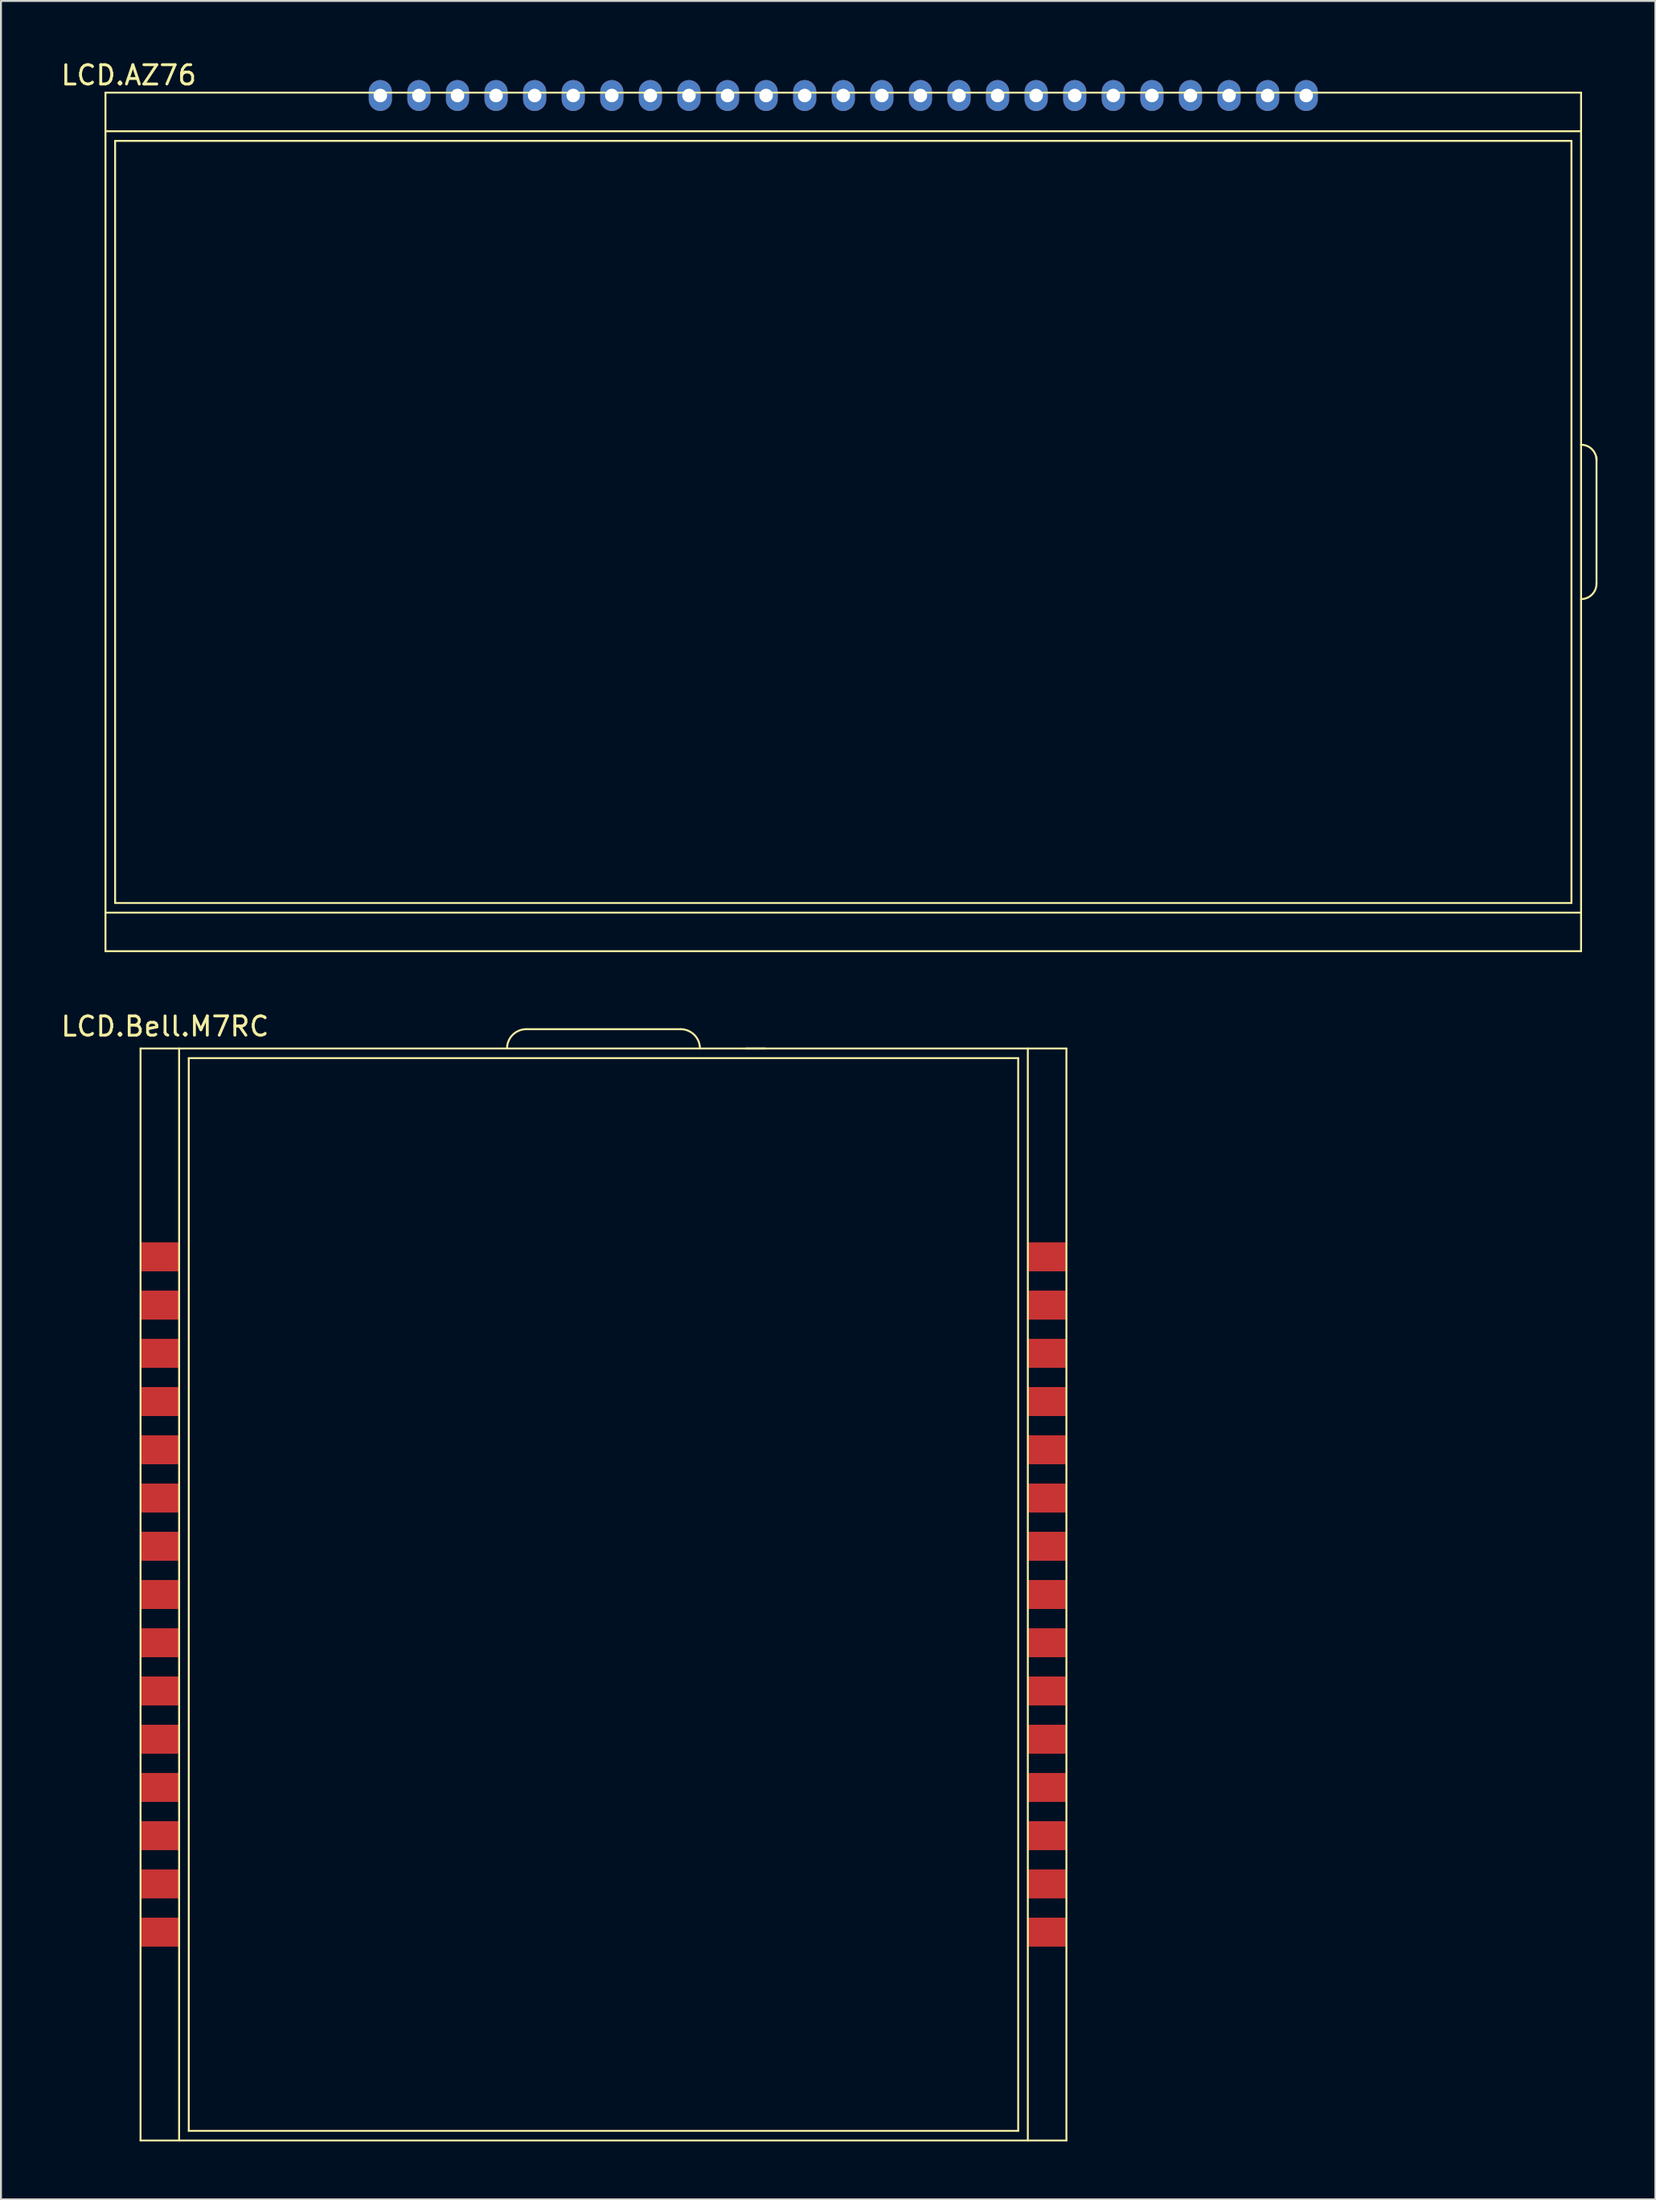
<source format=kicad_pcb>
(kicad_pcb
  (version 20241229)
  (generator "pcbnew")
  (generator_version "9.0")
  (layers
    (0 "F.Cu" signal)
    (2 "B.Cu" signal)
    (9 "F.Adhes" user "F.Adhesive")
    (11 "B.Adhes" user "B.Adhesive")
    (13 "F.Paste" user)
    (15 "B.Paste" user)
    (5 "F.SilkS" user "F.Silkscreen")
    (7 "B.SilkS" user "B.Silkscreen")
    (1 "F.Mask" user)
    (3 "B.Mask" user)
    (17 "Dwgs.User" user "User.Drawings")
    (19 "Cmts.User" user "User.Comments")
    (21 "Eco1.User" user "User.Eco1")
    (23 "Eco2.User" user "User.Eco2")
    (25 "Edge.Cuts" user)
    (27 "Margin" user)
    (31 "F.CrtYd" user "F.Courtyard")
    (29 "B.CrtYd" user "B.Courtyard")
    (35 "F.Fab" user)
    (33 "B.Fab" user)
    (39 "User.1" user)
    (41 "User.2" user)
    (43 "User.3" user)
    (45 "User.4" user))
  (footprint "LCD.Bell.M7RC"
    (layer "F.Cu")
    (at 28.112 80.756)
    (property "Reference" "LCD.Bell.M7RC" (at -22.606 -30.607 0) (layer "F.SilkS") (effects (font (size 1 1) (thickness 0.15))))
    (attr through_hole)
    (fp_line (start -23.876 -29.464) (end -23.876 27.136) (stroke (width 0.1) (type solid)) (layer "F.SilkS"))
    (fp_line (start -23.876 -29.464) (end 24.124 -29.464) (stroke (width 0.1) (type solid)) (layer "F.SilkS"))
    (fp_line (start -23.876 27.136) (end 24.124 27.136) (stroke (width 0.1) (type solid)) (layer "F.SilkS"))
    (fp_line (start -21.876 -29.464) (end -21.876 27.136) (stroke (width 0.1) (type solid)) (layer "F.SilkS"))
    (fp_line (start -21.376 -28.964) (end -21.376 26.636) (stroke (width 0.1) (type solid)) (layer "F.SilkS"))
    (fp_line (start -21.376 -28.964) (end 21.624 -28.964) (stroke (width 0.1) (type solid)) (layer "F.SilkS"))
    (fp_line (start -21.376 26.636) (end 21.624 26.636) (stroke (width 0.1) (type solid)) (layer "F.SilkS"))
    (fp_line (start -3.876 -30.464) (end 4.124 -30.464) (stroke (width 0.1) (type solid)) (layer "F.SilkS"))
    (fp_line (start 8.524 -29.464) (end 7.524 -29.464) (stroke (width 0.1) (type solid)) (layer "F.SilkS"))
    (fp_line (start 21.624 -28.964) (end 21.624 26.636) (stroke (width 0.1) (type solid)) (layer "F.SilkS"))
    (fp_line (start 22.124 -29.464) (end 22.124 27.136) (stroke (width 0.1) (type solid)) (layer "F.SilkS"))
    (fp_line (start 24.124 -29.464) (end 24.124 27.136) (stroke (width 0.1) (type solid)) (layer "F.SilkS"))
    (fp_arc (start -4.876 -29.464) (mid -4.583107 -30.171107) (end -3.876 -30.464) (stroke (width 0.1) (type solid)) (layer "F.SilkS"))
    (fp_arc (start 4.124 -30.464) (mid 4.831107 -30.171107) (end 5.124 -29.464) (stroke (width 0.1) (type solid)) (layer "F.SilkS"))
    (pad "1" smd rect (at -22.876 -18.664) (size 2 1.5) (layers "F.Cu" "F.Mask" "F.Paste"))
    (pad "2" smd rect (at -22.876 -16.164) (size 2 1.5) (layers "F.Cu" "F.Mask" "F.Paste"))
    (pad "3" smd rect (at -22.876 -13.664) (size 2 1.5) (layers "F.Cu" "F.Mask" "F.Paste"))
    (pad "4" smd rect (at -22.876 -11.164) (size 2 1.5) (layers "F.Cu" "F.Mask" "F.Paste"))
    (pad "5" smd rect (at -22.876 -8.664) (size 2 1.5) (layers "F.Cu" "F.Mask" "F.Paste"))
    (pad "6" smd rect (at -22.876 -6.164) (size 2 1.5) (layers "F.Cu" "F.Mask" "F.Paste"))
    (pad "7" smd rect (at -22.876 -3.664) (size 2 1.5) (layers "F.Cu" "F.Mask" "F.Paste"))
    (pad "8" smd rect (at -22.876 -1.164) (size 2 1.5) (layers "F.Cu" "F.Mask" "F.Paste"))
    (pad "9" smd rect (at -22.876 1.336) (size 2 1.5) (layers "F.Cu" "F.Mask" "F.Paste"))
    (pad "10" smd rect (at -22.876 3.836) (size 2 1.5) (layers "F.Cu" "F.Mask" "F.Paste"))
    (pad "11" smd rect (at -22.876 6.336) (size 2 1.5) (layers "F.Cu" "F.Mask" "F.Paste"))
    (pad "12" smd rect (at -22.876 8.836) (size 2 1.5) (layers "F.Cu" "F.Mask" "F.Paste"))
    (pad "13" smd rect (at -22.876 11.336) (size 2 1.5) (layers "F.Cu" "F.Mask" "F.Paste"))
    (pad "14" smd rect (at -22.876 13.836) (size 2 1.5) (layers "F.Cu" "F.Mask" "F.Paste"))
    (pad "15" smd rect (at -22.876 16.336) (size 2 1.5) (layers "F.Cu" "F.Mask" "F.Paste"))
    (pad "16" smd rect (at 23.124 16.336) (size 2 1.5) (layers "F.Cu" "F.Mask" "F.Paste"))
    (pad "17" smd rect (at 23.124 13.836) (size 2 1.5) (layers "F.Cu" "F.Mask" "F.Paste"))
    (pad "18" smd rect (at 23.124 11.336) (size 2 1.5) (layers "F.Cu" "F.Mask" "F.Paste"))
    (pad "19" smd rect (at 23.124 8.836) (size 2 1.5) (layers "F.Cu" "F.Mask" "F.Paste"))
    (pad "20" smd rect (at 23.124 6.336) (size 2 1.5) (layers "F.Cu" "F.Mask" "F.Paste"))
    (pad "21" smd rect (at 23.124 3.836) (size 2 1.5) (layers "F.Cu" "F.Mask" "F.Paste"))
    (pad "22" smd rect (at 23.124 1.336) (size 2 1.5) (layers "F.Cu" "F.Mask" "F.Paste"))
    (pad "23" smd rect (at 23.124 -1.164) (size 2 1.5) (layers "F.Cu" "F.Mask" "F.Paste"))
    (pad "24" smd rect (at 23.124 -3.664) (size 2 1.5) (layers "F.Cu" "F.Mask" "F.Paste"))
    (pad "25" smd rect (at 23.124 -6.164) (size 2 1.5) (layers "F.Cu" "F.Mask" "F.Paste"))
    (pad "26" smd rect (at 23.124 -8.664) (size 2 1.5) (layers "F.Cu" "F.Mask" "F.Paste"))
    (pad "27" smd rect (at 23.124 -11.164) (size 2 1.5) (layers "F.Cu" "F.Mask" "F.Paste"))
    (pad "28" smd rect (at 23.124 -13.664) (size 2 1.5) (layers "F.Cu" "F.Mask" "F.Paste"))
    (pad "29" smd rect (at 23.124 -16.164) (size 2 1.5) (layers "F.Cu" "F.Mask" "F.Paste"))
    (pad "30" smd rect (at 23.124 -18.664) (size 2 1.5) (layers "F.Cu" "F.Mask" "F.Paste")))
  (footprint "LCD.AZ76"
    (layer "F.Cu")
    (at 38.74 24.534)
    (property "Reference" "LCD.AZ76" (at -35.115 -23.686 0) (layer "F.SilkS") (effects (font (size 1 1) (thickness 0.15))))
    (attr through_hole)
    (fp_line (start -36.322 -22.783) (end 40.178 -22.783) (stroke (width 0.1) (type solid)) (layer "F.SilkS"))
    (fp_line (start -36.322 -20.783) (end 40.178 -20.783) (stroke (width 0.1) (type solid)) (layer "F.SilkS"))
    (fp_line (start -36.322 19.717) (end 40.178 19.717) (stroke (width 0.1) (type solid)) (layer "F.SilkS"))
    (fp_line (start -36.322 21.717) (end -36.322 -22.783) (stroke (width 0.1) (type solid)) (layer "F.SilkS"))
    (fp_line (start -36.322 21.717) (end 40.178 21.717) (stroke (width 0.1) (type solid)) (layer "F.SilkS"))
    (fp_line (start -35.822 -20.283) (end 39.678 -20.283) (stroke (width 0.1) (type solid)) (layer "F.SilkS"))
    (fp_line (start -35.822 19.217) (end -35.822 -20.283) (stroke (width 0.1) (type solid)) (layer "F.SilkS"))
    (fp_line (start -35.822 19.217) (end 39.678 19.217) (stroke (width 0.1) (type solid)) (layer "F.SilkS"))
    (fp_line (start 39.678 19.217) (end 39.678 -20.283) (stroke (width 0.1) (type solid)) (layer "F.SilkS"))
    (fp_line (start 40.178 21.717) (end 40.178 -22.783) (stroke (width 0.1) (type solid)) (layer "F.SilkS"))
    (fp_line (start 40.978 -3.89) (end 40.978 2.667) (stroke (width 0.1) (type solid)) (layer "F.SilkS"))
    (fp_arc (start 40.178 -4.533) (mid 40.743685 -4.298685) (end 40.978 -3.733) (stroke (width 0.1) (type solid)) (layer "F.SilkS"))
    (fp_arc (start 40.978 2.667) (mid 40.743685 3.232685) (end 40.178 3.467) (stroke (width 0.1) (type solid)) (layer "F.SilkS"))
    (pad "1" thru_hole oval (at -22.072 -22.633) (size 1.2 1.6) (drill 0.7) (layers "*.Cu" "*.Mask"))
    (pad "2" thru_hole oval (at -20.072 -22.633) (size 1.2 1.6) (drill 0.7) (layers "*.Cu" "*.Mask"))
    (pad "3" thru_hole oval (at -18.072 -22.633) (size 1.2 1.6) (drill 0.7) (layers "*.Cu" "*.Mask"))
    (pad "4" thru_hole oval (at -16.072 -22.633) (size 1.2 1.6) (drill 0.7) (layers "*.Cu" "*.Mask"))
    (pad "5" thru_hole oval (at -14.072 -22.633) (size 1.2 1.6) (drill 0.7) (layers "*.Cu" "*.Mask"))
    (pad "6" thru_hole oval (at -12.072 -22.633) (size 1.2 1.6) (drill 0.7) (layers "*.Cu" "*.Mask"))
    (pad "7" thru_hole oval (at -10.072 -22.633) (size 1.2 1.6) (drill 0.7) (layers "*.Cu" "*.Mask"))
    (pad "8" thru_hole oval (at -8.072 -22.633) (size 1.2 1.6) (drill 0.7) (layers "*.Cu" "*.Mask"))
    (pad "9" thru_hole oval (at -6.072 -22.633) (size 1.2 1.6) (drill 0.7) (layers "*.Cu" "*.Mask"))
    (pad "10" thru_hole oval (at -4.072 -22.633) (size 1.2 1.6) (drill 0.7) (layers "*.Cu" "*.Mask"))
    (pad "11" thru_hole oval (at -2.072 -22.633) (size 1.2 1.6) (drill 0.7) (layers "*.Cu" "*.Mask"))
    (pad "12" thru_hole oval (at -0.072 -22.633) (size 1.2 1.6) (drill 0.7) (layers "*.Cu" "*.Mask"))
    (pad "13" thru_hole oval (at 1.928 -22.633) (size 1.2 1.6) (drill 0.7) (layers "*.Cu" "*.Mask"))
    (pad "14" thru_hole oval (at 3.928 -22.633) (size 1.2 1.6) (drill 0.7) (layers "*.Cu" "*.Mask"))
    (pad "15" thru_hole oval (at 5.928 -22.633) (size 1.2 1.6) (drill 0.7) (layers "*.Cu" "*.Mask"))
    (pad "16" thru_hole oval (at 7.928 -22.633) (size 1.2 1.6) (drill 0.7) (layers "*.Cu" "*.Mask"))
    (pad "17" thru_hole oval (at 9.928 -22.633) (size 1.2 1.6) (drill 0.7) (layers "*.Cu" "*.Mask"))
    (pad "18" thru_hole oval (at 11.928 -22.633) (size 1.2 1.6) (drill 0.7) (layers "*.Cu" "*.Mask"))
    (pad "19" thru_hole oval (at 13.928 -22.633) (size 1.2 1.6) (drill 0.7) (layers "*.Cu" "*.Mask"))
    (pad "20" thru_hole oval (at 15.928 -22.633) (size 1.2 1.6) (drill 0.7) (layers "*.Cu" "*.Mask"))
    (pad "21" thru_hole oval (at 17.928 -22.633) (size 1.2 1.6) (drill 0.7) (layers "*.Cu" "*.Mask"))
    (pad "22" thru_hole oval (at 19.928 -22.633) (size 1.2 1.6) (drill 0.7) (layers "*.Cu" "*.Mask"))
    (pad "23" thru_hole oval (at 21.928 -22.633) (size 1.2 1.6) (drill 0.7) (layers "*.Cu" "*.Mask"))
    (pad "24" thru_hole oval (at 23.928 -22.633) (size 1.2 1.6) (drill 0.7) (layers "*.Cu" "*.Mask"))
    (pad "25" thru_hole oval (at 25.928 -22.633) (size 1.2 1.6) (drill 0.7) (layers "*.Cu" "*.Mask")))
  (gr_rect
    (start -3 -3)
    (end 82.769 110.942)
    (stroke (width 0.1) (type default))
    (fill no)
    (layer "Edge.Cuts")))
</source>
